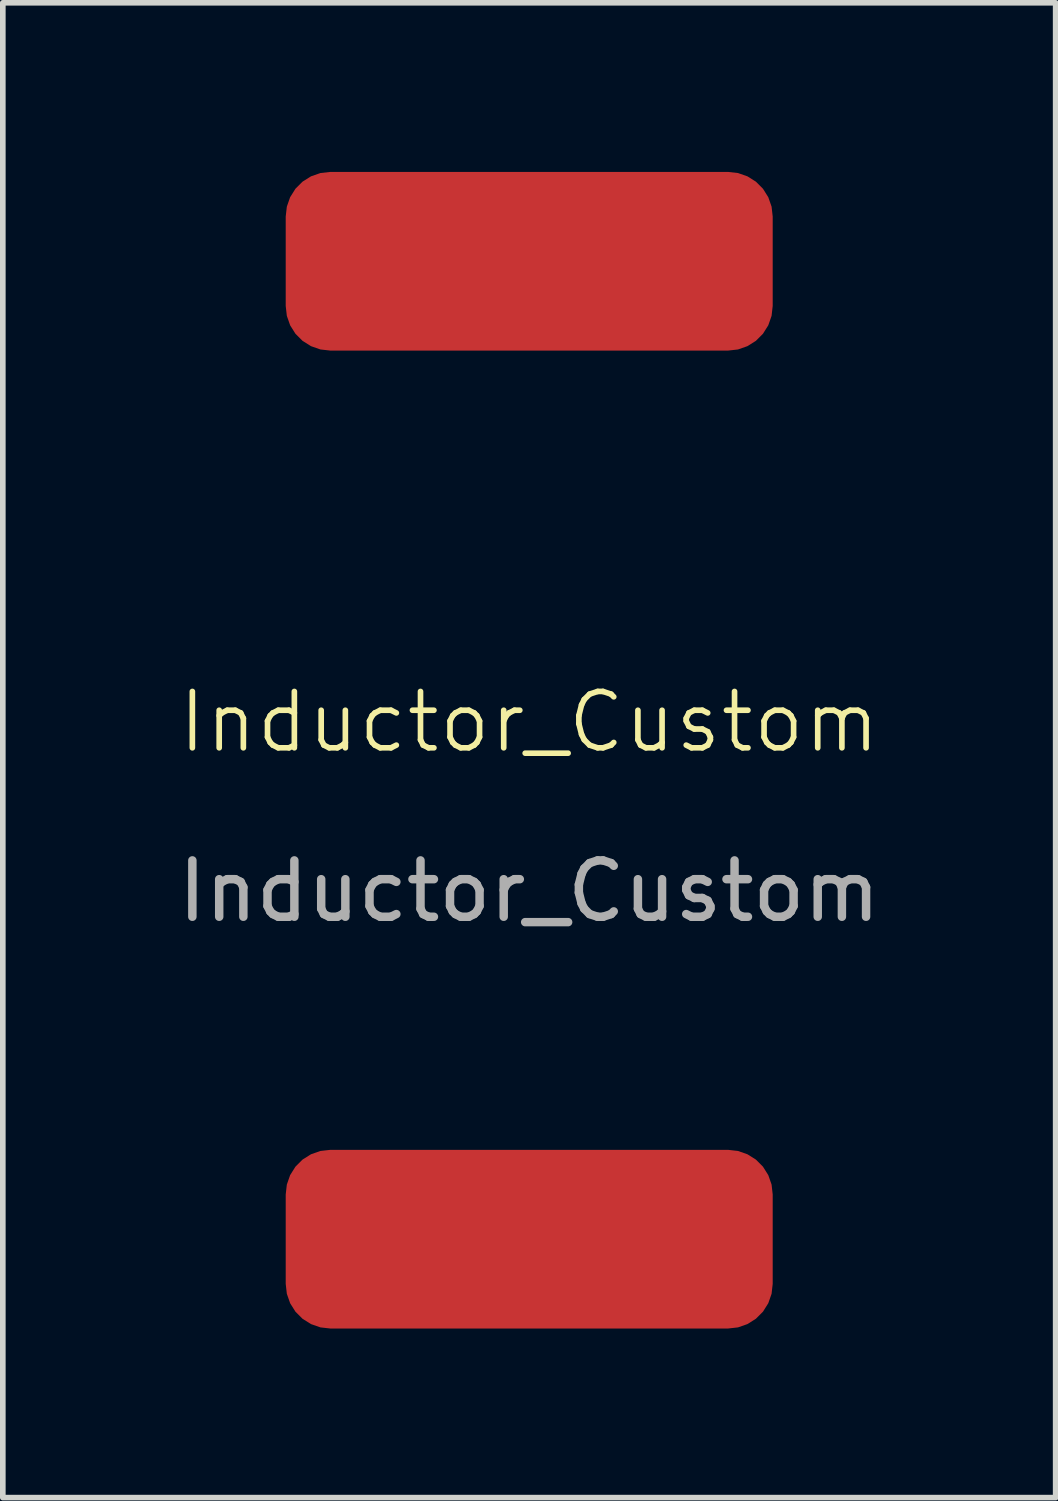
<source format=kicad_pcb>
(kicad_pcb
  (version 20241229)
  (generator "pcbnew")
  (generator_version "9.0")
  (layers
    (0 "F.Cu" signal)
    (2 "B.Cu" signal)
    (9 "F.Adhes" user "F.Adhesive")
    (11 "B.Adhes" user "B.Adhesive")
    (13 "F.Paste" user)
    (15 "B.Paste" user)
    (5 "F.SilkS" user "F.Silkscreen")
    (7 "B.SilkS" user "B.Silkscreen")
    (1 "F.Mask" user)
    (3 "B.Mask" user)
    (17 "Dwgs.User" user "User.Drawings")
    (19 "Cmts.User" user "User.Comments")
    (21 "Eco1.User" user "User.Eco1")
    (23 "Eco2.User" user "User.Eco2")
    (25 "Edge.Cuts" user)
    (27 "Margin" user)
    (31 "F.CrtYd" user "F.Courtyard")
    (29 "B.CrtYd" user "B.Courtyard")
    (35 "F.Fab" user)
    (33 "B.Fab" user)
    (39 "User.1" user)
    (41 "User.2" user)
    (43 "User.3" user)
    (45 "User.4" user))
  (footprint "Inductor_Custom"
    (layer "F.Cu")
    (at 6.339 10.26)
    (property "Reference" "Inductor_Custom" (at 0 -0.5 0) (unlocked yes) (layer "F.SilkS") (effects (font (size 1 1) (thickness 0.1))))
    (attr smd)
    (fp_text user "${REFERENCE}" (at 0 2.5 0) (unlocked yes) (layer "F.Fab") (effects (font (size 1 1) (thickness 0.15))))
    (pad "1" smd roundrect (at 0 -8.675) (size 8.64 3.17) (layers "F.Cu" "F.Mask" "F.Paste") (roundrect_rratio 0.25))
    (pad "2" smd roundrect (at 0 8.675) (size 8.64 3.17) (layers "F.Cu" "F.Mask" "F.Paste") (roundrect_rratio 0.25)))
  (gr_rect
    (start -3 -3)
    (end 15.679 23.52)
    (stroke (width 0.1) (type default))
    (fill no)
    (layer "Edge.Cuts")))
</source>
